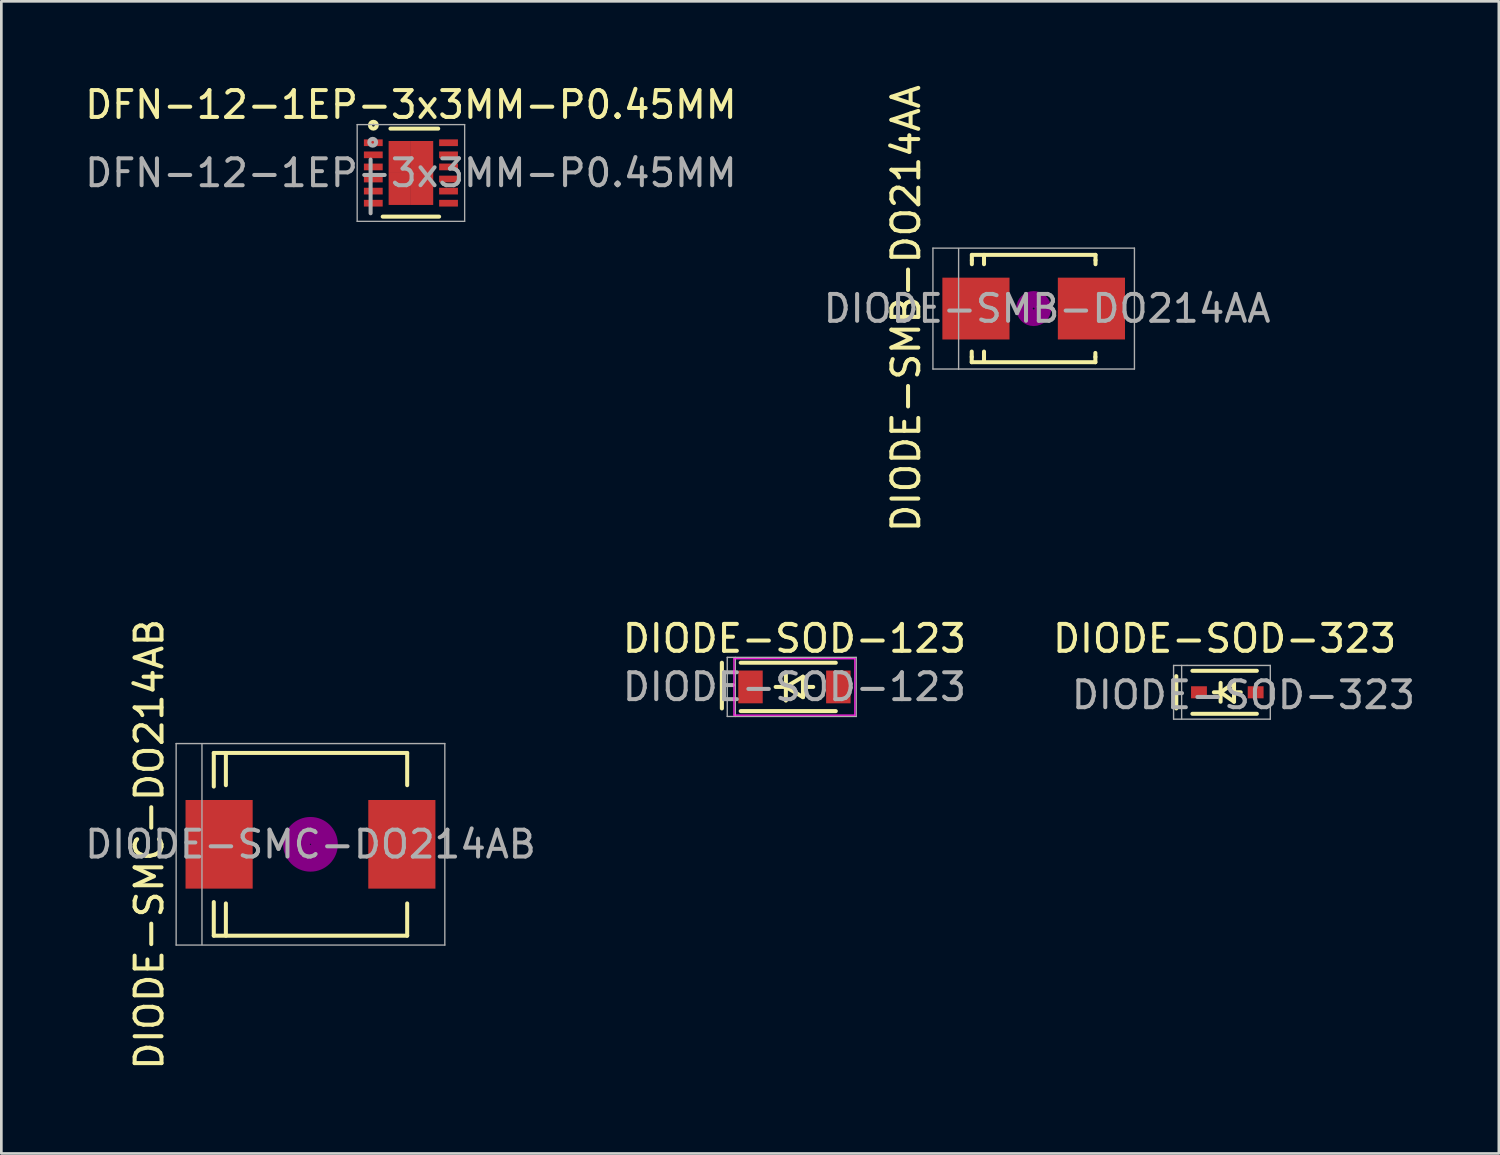
<source format=kicad_pcb>
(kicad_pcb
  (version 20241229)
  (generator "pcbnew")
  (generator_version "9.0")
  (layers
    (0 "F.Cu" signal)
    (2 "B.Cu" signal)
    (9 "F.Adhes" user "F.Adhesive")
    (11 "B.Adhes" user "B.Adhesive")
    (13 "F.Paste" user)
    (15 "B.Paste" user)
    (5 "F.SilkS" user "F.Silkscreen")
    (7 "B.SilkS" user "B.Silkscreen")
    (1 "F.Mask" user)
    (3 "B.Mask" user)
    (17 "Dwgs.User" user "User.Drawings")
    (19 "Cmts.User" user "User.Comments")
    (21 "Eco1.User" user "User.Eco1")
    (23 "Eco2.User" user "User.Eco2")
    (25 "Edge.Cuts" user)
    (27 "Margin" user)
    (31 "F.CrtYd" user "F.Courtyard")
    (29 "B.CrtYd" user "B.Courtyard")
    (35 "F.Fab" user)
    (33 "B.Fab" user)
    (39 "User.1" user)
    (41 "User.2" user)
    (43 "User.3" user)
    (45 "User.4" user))
  (footprint "DIODE-SMC-DO214AB"
    (layer "F.Cu")
    (at 8.506 28.375)
    (property "Reference" "DIODE-SMC-DO214AB" (at 0 0 0) (layer "F.Fab") (effects (font (size 1 1) (thickness 0.15))))
    (attr smd)
    (fp_line (start -3.599 -3.401) (end -3.599 -2.149) (stroke (width 0.15) (type solid)) (layer "F.SilkS"))
    (fp_line (start -3.599 -3.401) (end 3.599 -3.401) (stroke (width 0.15) (type solid)) (layer "F.SilkS"))
    (fp_line (start -3.599 3.401) (end -3.599 2.149) (stroke (width 0.15) (type solid)) (layer "F.SilkS"))
    (fp_line (start -3.599 3.401) (end 3.599 3.401) (stroke (width 0.15) (type solid)) (layer "F.SilkS"))
    (fp_line (start -3.149 -3.401) (end -3.149 -2.2) (stroke (width 0.15) (type solid)) (layer "F.SilkS"))
    (fp_line (start -3.149 3.401) (end -3.149 2.2) (stroke (width 0.15) (type solid)) (layer "F.SilkS"))
    (fp_line (start 3.599 -3.401) (end 3.599 -2.2) (stroke (width 0.15) (type solid)) (layer "F.SilkS"))
    (fp_line (start 3.599 3.401) (end 3.599 2.2) (stroke (width 0.15) (type solid)) (layer "F.SilkS"))
    (fp_circle (center 0 0) (end 0.15 0.15) (stroke (width 0.381) (type solid)) (fill no) (layer "F.Adhes"))
    (fp_circle (center 0 0) (end 0.45 0.201) (stroke (width 0.381) (type solid)) (fill no) (layer "F.Adhes"))
    (fp_circle (center 0 0) (end 0.749 0.351) (stroke (width 0.381) (type solid)) (fill no) (layer "F.Adhes"))
    (fp_line (start -5 -3.75) (end -5 3.75) (stroke (width 0.051) (type solid)) (layer "F.Fab"))
    (fp_line (start -5 3.75) (end 5 3.75) (stroke (width 0.051) (type solid)) (layer "F.Fab"))
    (fp_line (start -4.039 -3.734) (end -4.039 3.734) (stroke (width 0.051) (type solid)) (layer "F.Fab"))
    (fp_line (start 5 -3.75) (end -5 -3.75) (stroke (width 0.051) (type solid)) (layer "F.Fab"))
    (fp_line (start 5 3.75) (end 5 -3.75) (stroke (width 0.051) (type solid)) (layer "F.Fab"))
    (fp_text user "${REFERENCE}" (at -6 0 90) (layer "F.SilkS") (effects (font (size 1 1) (thickness 0.15))))
    (pad "1" smd rect (at -3.401 0 90) (size 3.299 2.499) (layers "F.Cu" "F.Mask" "F.Paste"))
    (pad "2" smd rect (at 3.401 0 90) (size 3.299 2.499) (layers "F.Cu" "F.Mask" "F.Paste")))
  (footprint "DFN-12-1EP-3x3MM-P0.45MM"
    (layer "F.Cu")
    (at 12.244 3.388)
    (property "Reference" "DFN-12-1EP-3x3MM-P0.45MM" (at 0 0 0) (layer "F.Fab") (effects (font (size 1 1) (thickness 0.15))))
    (attr smd)
    (fp_line (start -1.05 1.625) (end 1.05 1.625) (stroke (width 0.15) (type solid)) (layer "F.SilkS"))
    (fp_line (start -0.762 -1.651) (end 1.016 -1.651) (stroke (width 0.15) (type solid)) (layer "F.SilkS"))
    (fp_circle (center -1.397 -1.778) (end -1.27 -1.778) (stroke (width 0.152) (type solid)) (fill no) (layer "F.SilkS"))
    (fp_line (start -2 -1.8) (end -2 1.8) (stroke (width 0.05) (type solid)) (layer "F.Fab"))
    (fp_line (start -2 -1.8) (end 2 -1.8) (stroke (width 0.05) (type solid)) (layer "F.Fab"))
    (fp_line (start -2 1.8) (end 2 1.8) (stroke (width 0.05) (type solid)) (layer "F.Fab"))
    (fp_line (start -1.5 1.5) (end -1.5 -0.5) (stroke (width 0.15) (type solid)) (layer "F.Fab"))
    (fp_line (start 2 -1.8) (end 2 1.8) (stroke (width 0.05) (type solid)) (layer "F.Fab"))
    (fp_circle (center -1.422 -1.143) (end -1.295 -1.143) (stroke (width 0.152) (type solid)) (fill no) (layer "F.Fab"))
    (fp_text user "${REFERENCE}" (at 0 -2.54 0) (layer "F.SilkS") (effects (font (size 1 1) (thickness 0.15))))
    (pad "1" smd rect (at -1.4 -1.125) (size 0.7 0.25) (layers "F.Cu" "F.Mask" "F.Paste"))
    (pad "2" smd rect (at -1.4 -0.675) (size 0.7 0.25) (layers "F.Cu" "F.Mask" "F.Paste"))
    (pad "3" smd rect (at -1.4 -0.225) (size 0.7 0.25) (layers "F.Cu" "F.Mask" "F.Paste"))
    (pad "4" smd rect (at -1.4 0.225) (size 0.7 0.25) (layers "F.Cu" "F.Mask" "F.Paste"))
    (pad "5" smd rect (at -1.4 0.675) (size 0.7 0.25) (layers "F.Cu" "F.Mask" "F.Paste"))
    (pad "6" smd rect (at -1.4 1.125) (size 0.7 0.25) (layers "F.Cu" "F.Mask" "F.Paste"))
    (pad "7" smd rect (at 1.4 1.125) (size 0.7 0.25) (layers "F.Cu" "F.Mask" "F.Paste"))
    (pad "8" smd rect (at 1.4 0.675) (size 0.7 0.25) (layers "F.Cu" "F.Mask" "F.Paste"))
    (pad "9" smd rect (at 1.4 0.225) (size 0.7 0.25) (layers "F.Cu" "F.Mask" "F.Paste"))
    (pad "10" smd rect (at 1.4 -0.225) (size 0.7 0.25) (layers "F.Cu" "F.Mask" "F.Paste"))
    (pad "11" smd rect (at 1.4 -0.675) (size 0.7 0.25) (layers "F.Cu" "F.Mask" "F.Paste"))
    (pad "12" smd rect (at 1.4 -1.125) (size 0.7 0.25) (layers "F.Cu" "F.Mask" "F.Paste"))
    (pad "13" smd rect (at -0.415 -0.595) (size 0.83 1.19) (layers "F.Cu" "F.Mask" "F.Paste"))
    (pad "13" smd rect (at -0.415 0.595) (size 0.83 1.19) (layers "F.Cu" "F.Mask" "F.Paste"))
    (pad "13" smd rect (at 0.415 -0.595) (size 0.83 1.19) (layers "F.Cu" "F.Mask" "F.Paste"))
    (pad "13" smd rect (at 0.415 0.595) (size 0.83 1.19) (layers "F.Cu" "F.Mask" "F.Paste")))
  (footprint "DIODE-SOD-123"
    (layer "F.Cu")
    (at 26.518 22.517)
    (property "Reference" "DIODE-SOD-123" (at 0 0 0) (layer "F.Fab") (effects (font (size 1 1) (thickness 0.15))))
    (attr smd)
    (fp_line (start -2.7 -0.9) (end -2.7 0.8) (stroke (width 0.152) (type solid)) (layer "F.SilkS"))
    (fp_line (start -2 -0.9) (end 1.54 -0.9) (stroke (width 0.15) (type solid)) (layer "F.SilkS"))
    (fp_line (start -2 0.9) (end 1.54 0.9) (stroke (width 0.15) (type solid)) (layer "F.SilkS"))
    (fp_line (start -0.699 0) (end -0.318 0) (stroke (width 0.15) (type solid)) (layer "F.SilkS"))
    (fp_line (start -0.318 -0.508) (end -0.318 0.508) (stroke (width 0.15) (type solid)) (layer "F.SilkS"))
    (fp_line (start -0.318 0) (end 0.318 -0.381) (stroke (width 0.15) (type solid)) (layer "F.SilkS"))
    (fp_line (start 0.318 -0.381) (end 0.318 0.381) (stroke (width 0.15) (type solid)) (layer "F.SilkS"))
    (fp_line (start 0.318 0) (end 0.699 0) (stroke (width 0.15) (type solid)) (layer "F.SilkS"))
    (fp_line (start 0.318 0.381) (end -0.318 0) (stroke (width 0.15) (type solid)) (layer "F.SilkS"))
    (fp_line (start -2.25 -1.05) (end -2.25 1.05) (stroke (width 0.05) (type solid)) (layer "F.CrtYd"))
    (fp_line (start -2.25 -1.05) (end 2.25 -1.05) (stroke (width 0.05) (type solid)) (layer "F.CrtYd"))
    (fp_line (start 2.25 -1.05) (end 2.25 1.05) (stroke (width 0.05) (type solid)) (layer "F.CrtYd"))
    (fp_line (start 2.25 1.05) (end -2.25 1.05) (stroke (width 0.05) (type solid)) (layer "F.CrtYd"))
    (fp_line (start -2.5 -1.1) (end -2.5 1.1) (stroke (width 0.051) (type solid)) (layer "F.Fab"))
    (fp_line (start -2.5 1.1) (end 2.3 1.1) (stroke (width 0.051) (type solid)) (layer "F.Fab"))
    (fp_line (start -2.2 -1.1) (end -2.2 1.1) (stroke (width 0.051) (type solid)) (layer "F.Fab"))
    (fp_line (start 2.3 -1.1) (end -2.5 -1.1) (stroke (width 0.051) (type solid)) (layer "F.Fab"))
    (fp_line (start 2.3 1.1) (end 2.3 -1.1) (stroke (width 0.051) (type solid)) (layer "F.Fab"))
    (fp_text user "${REFERENCE}" (at 0 -1.8 0) (layer "F.SilkS") (effects (font (size 1 1) (thickness 0.15))))
    (pad "1" smd rect (at -1.635 0) (size 0.91 1.22) (layers "F.Cu" "F.Mask" "F.Paste"))
    (pad "2" smd rect (at 1.635 0) (size 0.91 1.22) (layers "F.Cu" "F.Mask" "F.Paste")))
  (footprint "DIODE-SMB-DO214AA"
    (layer "F.Cu")
    (at 35.423 8.435)
    (property "Reference" "DIODE-SMB-DO214AA" (at 0.5 0 0) (layer "F.Fab") (effects (font (size 1 1) (thickness 0.15))))
    (attr smd)
    (fp_line (start -2.306 1.8) (end -2.306 1.6) (stroke (width 0.15) (type solid)) (layer "F.SilkS"))
    (fp_line (start -2.306 1.996) (end -2.306 1.798) (stroke (width 0.15) (type solid)) (layer "F.SilkS"))
    (fp_line (start -2.306 1.996) (end 2.296 1.996) (stroke (width 0.15) (type solid)) (layer "F.SilkS"))
    (fp_line (start -2.301 -1.999) (end -2.301 -1.801) (stroke (width 0.15) (type solid)) (layer "F.SilkS"))
    (fp_line (start -2.301 -1.999) (end 2.301 -1.999) (stroke (width 0.15) (type solid)) (layer "F.SilkS"))
    (fp_line (start -2.301 -1.8) (end -2.301 -1.651) (stroke (width 0.15) (type solid)) (layer "F.SilkS"))
    (fp_line (start -1.849 -1.999) (end -1.849 -1.801) (stroke (width 0.15) (type solid)) (layer "F.SilkS"))
    (fp_line (start -1.849 -1.8) (end -1.849 -1.651) (stroke (width 0.15) (type solid)) (layer "F.SilkS"))
    (fp_line (start -1.849 1.75) (end -1.849 1.601) (stroke (width 0.15) (type solid)) (layer "F.SilkS"))
    (fp_line (start -1.849 1.949) (end -1.849 1.751) (stroke (width 0.15) (type solid)) (layer "F.SilkS"))
    (fp_line (start 2.296 1.8) (end 2.296 1.651) (stroke (width 0.15) (type solid)) (layer "F.SilkS"))
    (fp_line (start 2.296 1.996) (end 2.296 1.798) (stroke (width 0.15) (type solid)) (layer "F.SilkS"))
    (fp_line (start 2.301 -1.999) (end 2.301 -1.801) (stroke (width 0.15) (type solid)) (layer "F.SilkS"))
    (fp_line (start 2.301 -1.8) (end 2.301 -1.651) (stroke (width 0.15) (type solid)) (layer "F.SilkS"))
    (fp_circle (center 0 0) (end 0.201 0.099) (stroke (width 0.381) (type solid)) (fill no) (layer "F.Adhes"))
    (fp_circle (center 0 0) (end 0.45 0.099) (stroke (width 0.381) (type solid)) (fill no) (layer "F.Adhes"))
    (fp_line (start -3.75 -2.25) (end -3.75 2.25) (stroke (width 0.051) (type solid)) (layer "F.Fab"))
    (fp_line (start -3.75 2.25) (end 3.75 2.25) (stroke (width 0.051) (type solid)) (layer "F.Fab"))
    (fp_line (start -2.794 -2.235) (end -2.794 2.261) (stroke (width 0.051) (type solid)) (layer "F.Fab"))
    (fp_line (start 3.75 -2.25) (end -3.75 -2.25) (stroke (width 0.051) (type solid)) (layer "F.Fab"))
    (fp_line (start 3.75 2.25) (end 3.75 -2.25) (stroke (width 0.051) (type solid)) (layer "F.Fab"))
    (fp_text user "${REFERENCE}" (at -4.75 0 90) (layer "F.SilkS") (effects (font (size 1 1) (thickness 0.15))))
    (pad "1" smd rect (at -2.149 0) (size 2.499 2.301) (layers "F.Cu" "F.Mask" "F.Paste"))
    (pad "2" smd rect (at 2.149 0) (size 2.499 2.301) (layers "F.Cu" "F.Mask" "F.Paste")))
  (footprint "DIODE-SOD-323"
    (layer "F.Cu")
    (at 42.63 22.717)
    (property "Reference" "DIODE-SOD-323" (at 0.6 0.1 0) (layer "F.Fab") (effects (font (size 1 1) (thickness 0.15))))
    (attr smd)
    (fp_line (start -1.9 -0.6) (end -1.9 0.6) (stroke (width 0.152) (type solid)) (layer "F.SilkS"))
    (fp_line (start -1.3 -0.8) (end 1.1 -0.8) (stroke (width 0.15) (type solid)) (layer "F.SilkS"))
    (fp_line (start -1.3 0.8) (end 1.1 0.8) (stroke (width 0.15) (type solid)) (layer "F.SilkS"))
    (fp_line (start -0.25 -0.35) (end -0.25 0.35) (stroke (width 0.15) (type solid)) (layer "F.SilkS"))
    (fp_line (start -0.25 0) (end -0.5 0) (stroke (width 0.15) (type solid)) (layer "F.SilkS"))
    (fp_line (start -0.25 0) (end 0.25 -0.35) (stroke (width 0.15) (type solid)) (layer "F.SilkS"))
    (fp_line (start 0.25 -0.35) (end 0.25 0.35) (stroke (width 0.15) (type solid)) (layer "F.SilkS"))
    (fp_line (start 0.25 0) (end 0.5 0) (stroke (width 0.15) (type solid)) (layer "F.SilkS"))
    (fp_line (start 0.25 0.35) (end -0.25 0) (stroke (width 0.15) (type solid)) (layer "F.SilkS"))
    (fp_line (start -2 -1) (end -1.5 -1) (stroke (width 0.051) (type solid)) (layer "F.Fab"))
    (fp_line (start -2 1) (end -2 -1) (stroke (width 0.051) (type solid)) (layer "F.Fab"))
    (fp_line (start -1.7 1) (end -1.7 -1) (stroke (width 0.051) (type solid)) (layer "F.Fab"))
    (fp_line (start -1.5 -1) (end 1.6 -1) (stroke (width 0.051) (type solid)) (layer "F.Fab"))
    (fp_line (start 1.6 -1) (end 1.6 1) (stroke (width 0.051) (type solid)) (layer "F.Fab"))
    (fp_line (start 1.6 1) (end -2 1) (stroke (width 0.051) (type solid)) (layer "F.Fab"))
    (fp_text user "${REFERENCE}" (at -0.1 -2 0) (layer "F.SilkS") (effects (font (size 1 1) (thickness 0.15))))
    (pad "1" smd rect (at -1.055 0) (size 0.59 0.45) (layers "F.Cu" "F.Mask" "F.Paste"))
    (pad "2" smd rect (at 1.055 0) (size 0.59 0.45) (layers "F.Cu" "F.Mask" "F.Paste")))
  (gr_rect
    (start -3 -3)
    (end 52.736 39.881)
    (stroke (width 0.1) (type default))
    (fill no)
    (layer "Edge.Cuts")))
</source>
